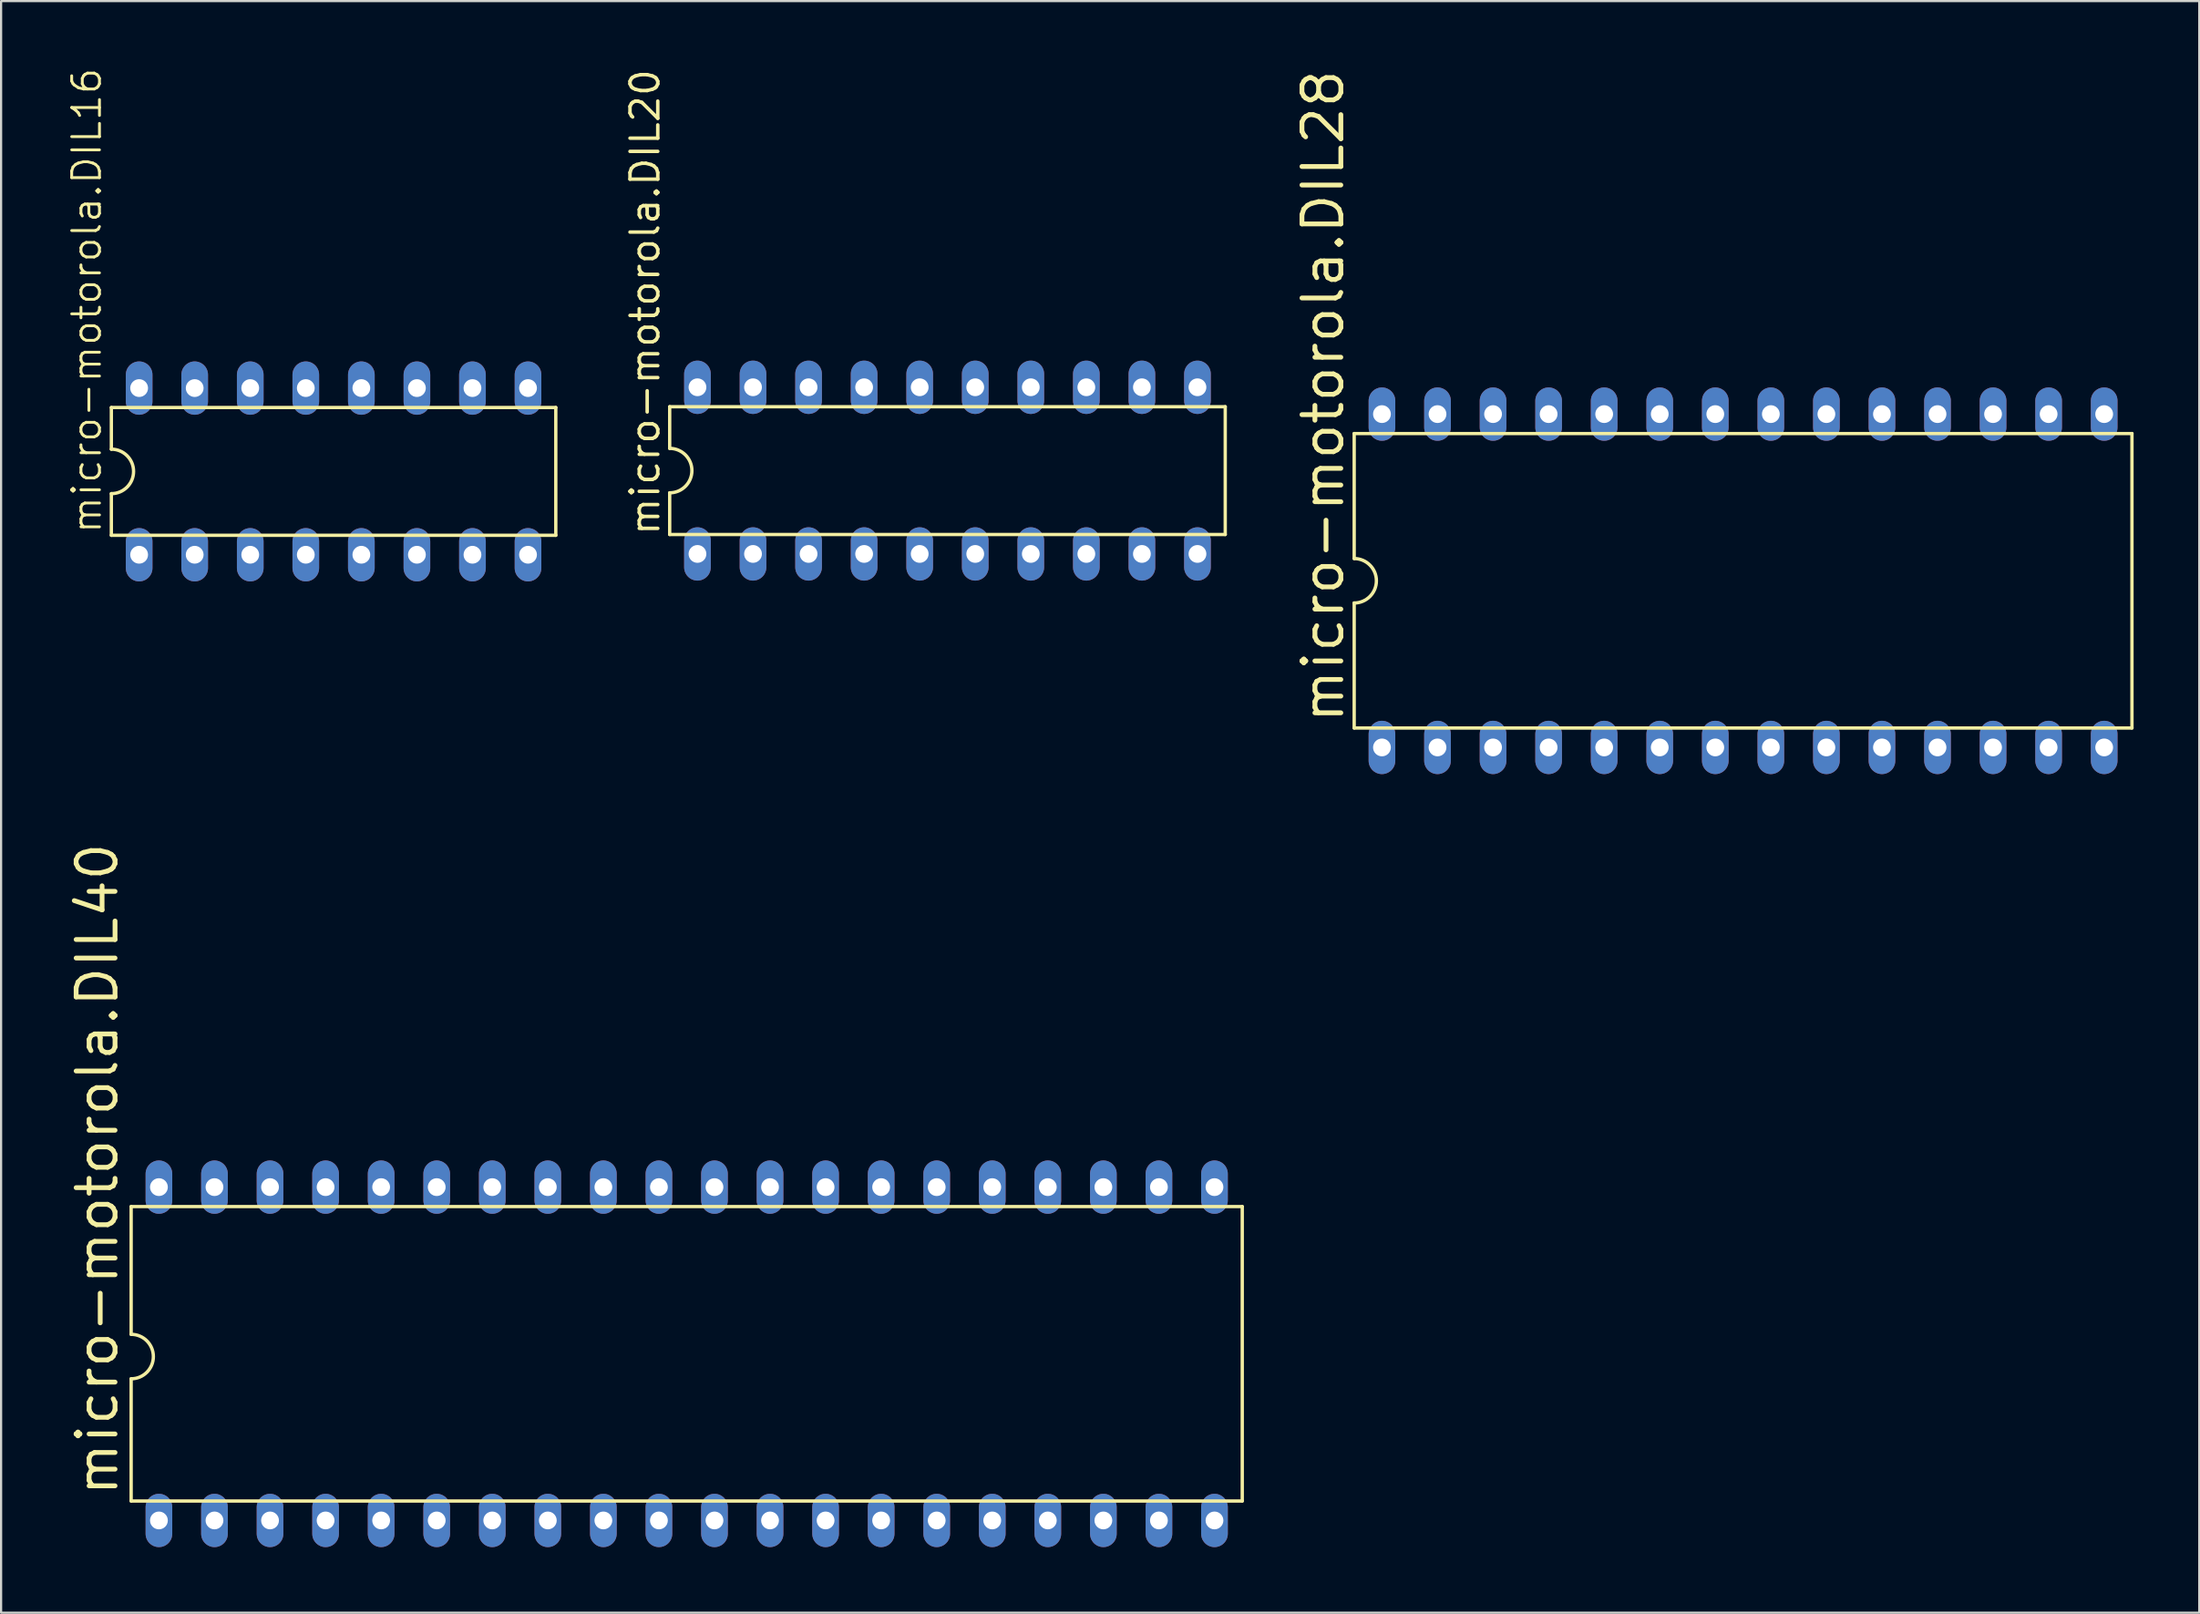
<source format=kicad_pcb>
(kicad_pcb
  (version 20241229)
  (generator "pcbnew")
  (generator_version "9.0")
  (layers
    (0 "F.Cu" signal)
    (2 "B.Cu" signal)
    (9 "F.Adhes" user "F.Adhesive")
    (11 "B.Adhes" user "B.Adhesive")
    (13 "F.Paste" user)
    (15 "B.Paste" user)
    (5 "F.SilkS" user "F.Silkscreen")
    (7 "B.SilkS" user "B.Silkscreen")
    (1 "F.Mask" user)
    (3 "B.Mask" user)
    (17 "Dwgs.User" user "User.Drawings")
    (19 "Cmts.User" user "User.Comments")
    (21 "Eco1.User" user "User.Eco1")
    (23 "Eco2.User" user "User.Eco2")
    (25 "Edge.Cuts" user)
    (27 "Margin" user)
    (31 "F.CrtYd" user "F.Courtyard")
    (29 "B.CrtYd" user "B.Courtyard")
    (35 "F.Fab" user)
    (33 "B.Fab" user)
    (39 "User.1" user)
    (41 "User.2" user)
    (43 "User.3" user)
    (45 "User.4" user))
  (footprint "micro-motorola.DIL40"
    (layer "F.Cu")
    (at 28.346 58.845)
    (property "Reference" "micro-motorola.DIL40" (at -25.908 6.604 90) (layer "F.SilkS") (effects (font (size 1.778 1.778) (thickness 0.22)) (justify left bottom)))
    (attr through_hole)
    (fp_line (start -25.4 -6.731) (end -25.4 -0.889) (stroke (width 0.152) (type default)) (layer "F.SilkS"))
    (fp_line (start -25.4 6.731) (end -25.4 1.143) (stroke (width 0.152) (type default)) (layer "F.SilkS"))
    (fp_line (start -25.4 6.731) (end 25.4 6.731) (stroke (width 0.152) (type default)) (layer "F.SilkS"))
    (fp_line (start 25.4 -6.731) (end -25.4 -6.731) (stroke (width 0.152) (type default)) (layer "F.SilkS"))
    (fp_line (start 25.4 -6.731) (end 25.4 6.731) (stroke (width 0.152) (type default)) (layer "F.SilkS"))
    (fp_arc (start -25.4 -0.889) (mid -24.384 0.127) (end -25.4 1.143) (stroke (width 0.1524) (type default)) (layer "F.SilkS"))
    (pad "1" thru_hole oval (at -24.13 7.62 90) (size 2.438 1.219) (drill 0.813) (layers "*.Cu" "*.Mask"))
    (pad "2" thru_hole oval (at -21.59 7.62 90) (size 2.438 1.219) (drill 0.813) (layers "*.Cu" "*.Mask"))
    (pad "3" thru_hole oval (at -19.05 7.62 90) (size 2.438 1.219) (drill 0.813) (layers "*.Cu" "*.Mask"))
    (pad "4" thru_hole oval (at -16.51 7.62 90) (size 2.438 1.219) (drill 0.813) (layers "*.Cu" "*.Mask"))
    (pad "5" thru_hole oval (at -13.97 7.62 90) (size 2.438 1.219) (drill 0.813) (layers "*.Cu" "*.Mask"))
    (pad "6" thru_hole oval (at -11.43 7.62 90) (size 2.438 1.219) (drill 0.813) (layers "*.Cu" "*.Mask"))
    (pad "7" thru_hole oval (at -8.89 7.62 90) (size 2.438 1.219) (drill 0.813) (layers "*.Cu" "*.Mask"))
    (pad "8" thru_hole oval (at -6.35 7.62 90) (size 2.438 1.219) (drill 0.813) (layers "*.Cu" "*.Mask"))
    (pad "9" thru_hole oval (at -3.81 7.62 90) (size 2.438 1.219) (drill 0.813) (layers "*.Cu" "*.Mask"))
    (pad "10" thru_hole oval (at -1.27 7.62 90) (size 2.438 1.219) (drill 0.813) (layers "*.Cu" "*.Mask"))
    (pad "11" thru_hole oval (at 1.27 7.62 90) (size 2.438 1.219) (drill 0.813) (layers "*.Cu" "*.Mask"))
    (pad "12" thru_hole oval (at 3.81 7.62 90) (size 2.438 1.219) (drill 0.813) (layers "*.Cu" "*.Mask"))
    (pad "13" thru_hole oval (at 6.35 7.62 90) (size 2.438 1.219) (drill 0.813) (layers "*.Cu" "*.Mask"))
    (pad "14" thru_hole oval (at 8.89 7.62 90) (size 2.438 1.219) (drill 0.813) (layers "*.Cu" "*.Mask"))
    (pad "15" thru_hole oval (at 11.43 7.62 90) (size 2.438 1.219) (drill 0.813) (layers "*.Cu" "*.Mask"))
    (pad "16" thru_hole oval (at 13.97 7.62 90) (size 2.438 1.219) (drill 0.813) (layers "*.Cu" "*.Mask"))
    (pad "17" thru_hole oval (at 16.51 7.62 90) (size 2.438 1.219) (drill 0.813) (layers "*.Cu" "*.Mask"))
    (pad "18" thru_hole oval (at 19.05 7.62 90) (size 2.438 1.219) (drill 0.813) (layers "*.Cu" "*.Mask"))
    (pad "19" thru_hole oval (at 21.59 7.62 90) (size 2.438 1.219) (drill 0.813) (layers "*.Cu" "*.Mask"))
    (pad "20" thru_hole oval (at 24.13 7.62 90) (size 2.438 1.219) (drill 0.813) (layers "*.Cu" "*.Mask"))
    (pad "21" thru_hole oval (at 24.13 -7.62 90) (size 2.438 1.219) (drill 0.813) (layers "*.Cu" "*.Mask"))
    (pad "22" thru_hole oval (at 21.59 -7.62 90) (size 2.438 1.219) (drill 0.813) (layers "*.Cu" "*.Mask"))
    (pad "23" thru_hole oval (at 19.05 -7.62 90) (size 2.438 1.219) (drill 0.813) (layers "*.Cu" "*.Mask"))
    (pad "24" thru_hole oval (at 16.51 -7.62 90) (size 2.438 1.219) (drill 0.813) (layers "*.Cu" "*.Mask"))
    (pad "25" thru_hole oval (at 13.97 -7.62 90) (size 2.438 1.219) (drill 0.813) (layers "*.Cu" "*.Mask"))
    (pad "26" thru_hole oval (at 11.43 -7.62 90) (size 2.438 1.219) (drill 0.813) (layers "*.Cu" "*.Mask"))
    (pad "27" thru_hole oval (at 8.89 -7.62 90) (size 2.438 1.219) (drill 0.813) (layers "*.Cu" "*.Mask"))
    (pad "28" thru_hole oval (at 6.35 -7.62 90) (size 2.438 1.219) (drill 0.813) (layers "*.Cu" "*.Mask"))
    (pad "29" thru_hole oval (at 3.81 -7.62 90) (size 2.438 1.219) (drill 0.813) (layers "*.Cu" "*.Mask"))
    (pad "30" thru_hole oval (at 1.27 -7.62 90) (size 2.438 1.219) (drill 0.813) (layers "*.Cu" "*.Mask"))
    (pad "31" thru_hole oval (at -1.27 -7.62 90) (size 2.438 1.219) (drill 0.813) (layers "*.Cu" "*.Mask"))
    (pad "32" thru_hole oval (at -3.81 -7.62 90) (size 2.438 1.219) (drill 0.813) (layers "*.Cu" "*.Mask"))
    (pad "33" thru_hole oval (at -6.35 -7.62 90) (size 2.438 1.219) (drill 0.813) (layers "*.Cu" "*.Mask"))
    (pad "34" thru_hole oval (at -8.89 -7.62 90) (size 2.438 1.219) (drill 0.813) (layers "*.Cu" "*.Mask"))
    (pad "35" thru_hole oval (at -11.43 -7.62 90) (size 2.438 1.219) (drill 0.813) (layers "*.Cu" "*.Mask"))
    (pad "36" thru_hole oval (at -13.97 -7.62 90) (size 2.438 1.219) (drill 0.813) (layers "*.Cu" "*.Mask"))
    (pad "37" thru_hole oval (at -16.51 -7.62 90) (size 2.438 1.219) (drill 0.813) (layers "*.Cu" "*.Mask"))
    (pad "38" thru_hole oval (at -19.05 -7.62 90) (size 2.438 1.219) (drill 0.813) (layers "*.Cu" "*.Mask"))
    (pad "39" thru_hole oval (at -21.59 -7.62 90) (size 2.438 1.219) (drill 0.813) (layers "*.Cu" "*.Mask"))
    (pad "40" thru_hole oval (at -24.13 -7.62 90) (size 2.438 1.219) (drill 0.813) (layers "*.Cu" "*.Mask")))
  (footprint "micro-motorola.DIL28"
    (layer "F.Cu")
    (at 76.643 23.503)
    (property "Reference" "micro-motorola.DIL28" (at -18.161 6.604 90) (layer "F.SilkS") (effects (font (size 1.778 1.778) (thickness 0.22)) (justify left bottom)))
    (attr through_hole)
    (fp_line (start -17.78 -6.731) (end -17.78 -1.016) (stroke (width 0.152) (type default)) (layer "F.SilkS"))
    (fp_line (start -17.78 6.731) (end -17.78 1.016) (stroke (width 0.152) (type default)) (layer "F.SilkS"))
    (fp_line (start -17.78 6.731) (end 17.78 6.731) (stroke (width 0.152) (type default)) (layer "F.SilkS"))
    (fp_line (start 17.78 -6.731) (end -17.78 -6.731) (stroke (width 0.152) (type default)) (layer "F.SilkS"))
    (fp_line (start 17.78 -6.731) (end 17.78 6.731) (stroke (width 0.152) (type default)) (layer "F.SilkS"))
    (fp_arc (start -17.78 -1.016) (mid -16.764 0) (end -17.78 1.016) (stroke (width 0.1524) (type default)) (layer "F.SilkS"))
    (pad "1" thru_hole oval (at -16.51 7.62 90) (size 2.438 1.219) (drill 0.813) (layers "*.Cu" "*.Mask"))
    (pad "2" thru_hole oval (at -13.97 7.62 90) (size 2.438 1.219) (drill 0.813) (layers "*.Cu" "*.Mask"))
    (pad "3" thru_hole oval (at -11.43 7.62 90) (size 2.438 1.219) (drill 0.813) (layers "*.Cu" "*.Mask"))
    (pad "4" thru_hole oval (at -8.89 7.62 90) (size 2.438 1.219) (drill 0.813) (layers "*.Cu" "*.Mask"))
    (pad "5" thru_hole oval (at -6.35 7.62 90) (size 2.438 1.219) (drill 0.813) (layers "*.Cu" "*.Mask"))
    (pad "6" thru_hole oval (at -3.81 7.62 90) (size 2.438 1.219) (drill 0.813) (layers "*.Cu" "*.Mask"))
    (pad "7" thru_hole oval (at -1.27 7.62 90) (size 2.438 1.219) (drill 0.813) (layers "*.Cu" "*.Mask"))
    (pad "8" thru_hole oval (at 1.27 7.62 90) (size 2.438 1.219) (drill 0.813) (layers "*.Cu" "*.Mask"))
    (pad "9" thru_hole oval (at 3.81 7.62 90) (size 2.438 1.219) (drill 0.813) (layers "*.Cu" "*.Mask"))
    (pad "10" thru_hole oval (at 6.35 7.62 90) (size 2.438 1.219) (drill 0.813) (layers "*.Cu" "*.Mask"))
    (pad "11" thru_hole oval (at 8.89 7.62 90) (size 2.438 1.219) (drill 0.813) (layers "*.Cu" "*.Mask"))
    (pad "12" thru_hole oval (at 11.43 7.62 90) (size 2.438 1.219) (drill 0.813) (layers "*.Cu" "*.Mask"))
    (pad "13" thru_hole oval (at 13.97 7.62 90) (size 2.438 1.219) (drill 0.813) (layers "*.Cu" "*.Mask"))
    (pad "14" thru_hole oval (at 16.51 7.62 90) (size 2.438 1.219) (drill 0.813) (layers "*.Cu" "*.Mask"))
    (pad "15" thru_hole oval (at 16.51 -7.62 90) (size 2.438 1.219) (drill 0.813) (layers "*.Cu" "*.Mask"))
    (pad "16" thru_hole oval (at 13.97 -7.62 90) (size 2.438 1.219) (drill 0.813) (layers "*.Cu" "*.Mask"))
    (pad "17" thru_hole oval (at 11.43 -7.62 90) (size 2.438 1.219) (drill 0.813) (layers "*.Cu" "*.Mask"))
    (pad "18" thru_hole oval (at 8.89 -7.62 90) (size 2.438 1.219) (drill 0.813) (layers "*.Cu" "*.Mask"))
    (pad "19" thru_hole oval (at 6.35 -7.62 90) (size 2.438 1.219) (drill 0.813) (layers "*.Cu" "*.Mask"))
    (pad "20" thru_hole oval (at 3.81 -7.62 90) (size 2.438 1.219) (drill 0.813) (layers "*.Cu" "*.Mask"))
    (pad "21" thru_hole oval (at 1.27 -7.62 90) (size 2.438 1.219) (drill 0.813) (layers "*.Cu" "*.Mask"))
    (pad "22" thru_hole oval (at -1.27 -7.62 90) (size 2.438 1.219) (drill 0.813) (layers "*.Cu" "*.Mask"))
    (pad "23" thru_hole oval (at -3.81 -7.62 90) (size 2.438 1.219) (drill 0.813) (layers "*.Cu" "*.Mask"))
    (pad "24" thru_hole oval (at -6.35 -7.62 90) (size 2.438 1.219) (drill 0.813) (layers "*.Cu" "*.Mask"))
    (pad "25" thru_hole oval (at -8.89 -7.62 90) (size 2.438 1.219) (drill 0.813) (layers "*.Cu" "*.Mask"))
    (pad "26" thru_hole oval (at -11.43 -7.62 90) (size 2.438 1.219) (drill 0.813) (layers "*.Cu" "*.Mask"))
    (pad "27" thru_hole oval (at -13.97 -7.62 90) (size 2.438 1.219) (drill 0.813) (layers "*.Cu" "*.Mask"))
    (pad "28" thru_hole oval (at -16.51 -7.62 90) (size 2.438 1.219) (drill 0.813) (layers "*.Cu" "*.Mask")))
  (footprint "micro-motorola.DIL16"
    (layer "F.Cu")
    (at 12.201 18.503)
    (property "Reference" "micro-motorola.DIL16" (at -10.541 2.921 90) (layer "F.SilkS") (effects (font (size 1.27 1.27) (thickness 0.13)) (justify left bottom)))
    (attr through_hole)
    (fp_line (start -10.16 -2.921) (end -10.16 -1.016) (stroke (width 0.152) (type default)) (layer "F.SilkS"))
    (fp_line (start -10.16 2.921) (end -10.16 1.016) (stroke (width 0.152) (type default)) (layer "F.SilkS"))
    (fp_line (start -10.16 2.921) (end 10.16 2.921) (stroke (width 0.152) (type default)) (layer "F.SilkS"))
    (fp_line (start 10.16 -2.921) (end -10.16 -2.921) (stroke (width 0.152) (type default)) (layer "F.SilkS"))
    (fp_line (start 10.16 -2.921) (end 10.16 2.921) (stroke (width 0.152) (type default)) (layer "F.SilkS"))
    (fp_arc (start -10.16 -1.016) (mid -9.144 0) (end -10.16 1.016) (stroke (width 0.1524) (type default)) (layer "F.SilkS"))
    (pad "1" thru_hole oval (at -8.89 3.81 90) (size 2.438 1.219) (drill 0.813) (layers "*.Cu" "*.Mask"))
    (pad "2" thru_hole oval (at -6.35 3.81 90) (size 2.438 1.219) (drill 0.813) (layers "*.Cu" "*.Mask"))
    (pad "3" thru_hole oval (at -3.81 3.81 90) (size 2.438 1.219) (drill 0.813) (layers "*.Cu" "*.Mask"))
    (pad "4" thru_hole oval (at -1.27 3.81 90) (size 2.438 1.219) (drill 0.813) (layers "*.Cu" "*.Mask"))
    (pad "5" thru_hole oval (at 1.27 3.81 90) (size 2.438 1.219) (drill 0.813) (layers "*.Cu" "*.Mask"))
    (pad "6" thru_hole oval (at 3.81 3.81 90) (size 2.438 1.219) (drill 0.813) (layers "*.Cu" "*.Mask"))
    (pad "7" thru_hole oval (at 6.35 3.81 90) (size 2.438 1.219) (drill 0.813) (layers "*.Cu" "*.Mask"))
    (pad "8" thru_hole oval (at 8.89 3.81 90) (size 2.438 1.219) (drill 0.813) (layers "*.Cu" "*.Mask"))
    (pad "9" thru_hole oval (at 8.89 -3.81 90) (size 2.438 1.219) (drill 0.813) (layers "*.Cu" "*.Mask"))
    (pad "10" thru_hole oval (at 6.35 -3.81 90) (size 2.438 1.219) (drill 0.813) (layers "*.Cu" "*.Mask"))
    (pad "11" thru_hole oval (at 3.81 -3.81 90) (size 2.438 1.219) (drill 0.813) (layers "*.Cu" "*.Mask"))
    (pad "12" thru_hole oval (at 1.27 -3.81 90) (size 2.438 1.219) (drill 0.813) (layers "*.Cu" "*.Mask"))
    (pad "13" thru_hole oval (at -1.27 -3.81 90) (size 2.438 1.219) (drill 0.813) (layers "*.Cu" "*.Mask"))
    (pad "14" thru_hole oval (at -3.81 -3.81 90) (size 2.438 1.219) (drill 0.813) (layers "*.Cu" "*.Mask"))
    (pad "15" thru_hole oval (at -6.35 -3.81 90) (size 2.438 1.219) (drill 0.813) (layers "*.Cu" "*.Mask"))
    (pad "16" thru_hole oval (at -8.89 -3.81 90) (size 2.438 1.219) (drill 0.813) (layers "*.Cu" "*.Mask")))
  (footprint "micro-motorola.DIL20"
    (layer "F.Cu")
    (at 40.268 18.466)
    (property "Reference" "micro-motorola.DIL20" (at -13.081 3.048 90) (layer "F.SilkS") (effects (font (size 1.27 1.27) (thickness 0.16)) (justify left bottom)))
    (attr through_hole)
    (fp_line (start -12.7 -2.921) (end -12.7 -1.016) (stroke (width 0.152) (type default)) (layer "F.SilkS"))
    (fp_line (start -12.7 2.921) (end -12.7 1.016) (stroke (width 0.152) (type default)) (layer "F.SilkS"))
    (fp_line (start -12.7 2.921) (end 12.7 2.921) (stroke (width 0.152) (type default)) (layer "F.SilkS"))
    (fp_line (start 12.7 -2.921) (end -12.7 -2.921) (stroke (width 0.152) (type default)) (layer "F.SilkS"))
    (fp_line (start 12.7 -2.921) (end 12.7 2.921) (stroke (width 0.152) (type default)) (layer "F.SilkS"))
    (fp_arc (start -12.7 -1.016) (mid -11.684 0) (end -12.7 1.016) (stroke (width 0.1524) (type default)) (layer "F.SilkS"))
    (pad "1" thru_hole oval (at -11.43 3.81 90) (size 2.438 1.219) (drill 0.813) (layers "*.Cu" "*.Mask"))
    (pad "2" thru_hole oval (at -8.89 3.81 90) (size 2.438 1.219) (drill 0.813) (layers "*.Cu" "*.Mask"))
    (pad "3" thru_hole oval (at -6.35 3.81 90) (size 2.438 1.219) (drill 0.813) (layers "*.Cu" "*.Mask"))
    (pad "4" thru_hole oval (at -3.81 3.81 90) (size 2.438 1.219) (drill 0.813) (layers "*.Cu" "*.Mask"))
    (pad "5" thru_hole oval (at -1.27 3.81 90) (size 2.438 1.219) (drill 0.813) (layers "*.Cu" "*.Mask"))
    (pad "6" thru_hole oval (at 1.27 3.81 90) (size 2.438 1.219) (drill 0.813) (layers "*.Cu" "*.Mask"))
    (pad "7" thru_hole oval (at 3.81 3.81 90) (size 2.438 1.219) (drill 0.813) (layers "*.Cu" "*.Mask"))
    (pad "8" thru_hole oval (at 6.35 3.81 90) (size 2.438 1.219) (drill 0.813) (layers "*.Cu" "*.Mask"))
    (pad "9" thru_hole oval (at 8.89 3.81 90) (size 2.438 1.219) (drill 0.813) (layers "*.Cu" "*.Mask"))
    (pad "10" thru_hole oval (at 11.43 3.81 90) (size 2.438 1.219) (drill 0.813) (layers "*.Cu" "*.Mask"))
    (pad "11" thru_hole oval (at 11.43 -3.81 90) (size 2.438 1.219) (drill 0.813) (layers "*.Cu" "*.Mask"))
    (pad "12" thru_hole oval (at 8.89 -3.81 90) (size 2.438 1.219) (drill 0.813) (layers "*.Cu" "*.Mask"))
    (pad "13" thru_hole oval (at 6.35 -3.81 90) (size 2.438 1.219) (drill 0.813) (layers "*.Cu" "*.Mask"))
    (pad "14" thru_hole oval (at 3.81 -3.81 90) (size 2.438 1.219) (drill 0.813) (layers "*.Cu" "*.Mask"))
    (pad "15" thru_hole oval (at 1.27 -3.81 90) (size 2.438 1.219) (drill 0.813) (layers "*.Cu" "*.Mask"))
    (pad "16" thru_hole oval (at -1.27 -3.81 90) (size 2.438 1.219) (drill 0.813) (layers "*.Cu" "*.Mask"))
    (pad "17" thru_hole oval (at -3.81 -3.81 90) (size 2.438 1.219) (drill 0.813) (layers "*.Cu" "*.Mask"))
    (pad "18" thru_hole oval (at -6.35 -3.81 90) (size 2.438 1.219) (drill 0.813) (layers "*.Cu" "*.Mask"))
    (pad "19" thru_hole oval (at -8.89 -3.81 90) (size 2.438 1.219) (drill 0.813) (layers "*.Cu" "*.Mask"))
    (pad "20" thru_hole oval (at -11.43 -3.81 90) (size 2.438 1.219) (drill 0.813) (layers "*.Cu" "*.Mask")))
  (gr_rect
    (start -3 -3)
    (end 97.5 70.685)
    (stroke (width 0.1) (type default))
    (fill no)
    (layer "Edge.Cuts")))
</source>
